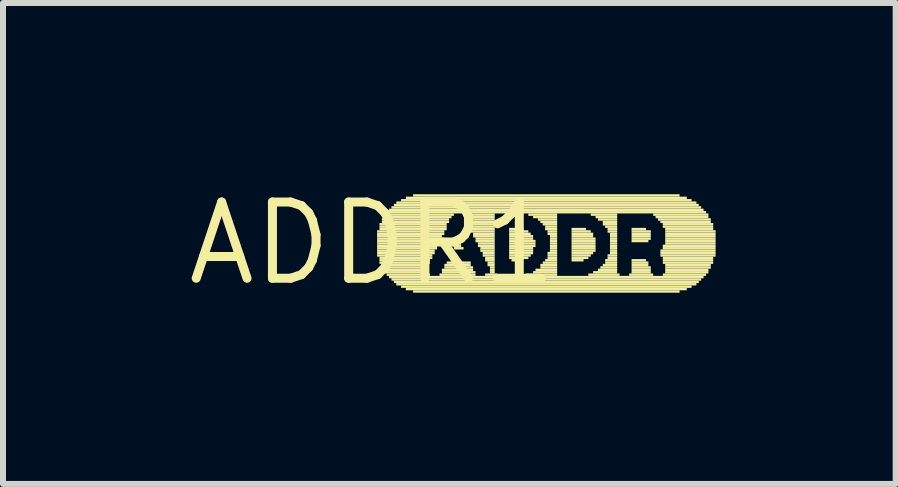
<source format=kicad_pcb>
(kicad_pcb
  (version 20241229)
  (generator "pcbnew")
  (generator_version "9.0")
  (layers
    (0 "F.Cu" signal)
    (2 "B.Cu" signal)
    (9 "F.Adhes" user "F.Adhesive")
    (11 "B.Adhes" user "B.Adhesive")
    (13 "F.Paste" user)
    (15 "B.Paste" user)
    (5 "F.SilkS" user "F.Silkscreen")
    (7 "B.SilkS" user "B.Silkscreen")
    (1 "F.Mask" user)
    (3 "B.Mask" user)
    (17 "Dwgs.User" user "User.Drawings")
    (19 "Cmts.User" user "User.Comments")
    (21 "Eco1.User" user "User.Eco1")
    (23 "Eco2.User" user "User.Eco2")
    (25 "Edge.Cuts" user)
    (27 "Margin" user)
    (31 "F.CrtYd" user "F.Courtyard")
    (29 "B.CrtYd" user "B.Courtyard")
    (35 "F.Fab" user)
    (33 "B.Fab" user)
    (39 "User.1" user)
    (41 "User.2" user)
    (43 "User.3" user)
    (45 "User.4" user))
  (footprint "ADDR1"
    (layer "F.Cu")
    (at 3.152 1.006)
    (property "Reference" "ADDR1" (at 0 0 0) (layer "F.SilkS") (effects (font (size 1.27 1.27) (thickness 0.15))))
    (fp_poly (pts (xy 0.08 -0.18) (xy 1.2 -0.18) (xy 1.2 -0.22) (xy 0.08 -0.22)) (stroke (width 0) (type default)) (fill yes) (layer "F.SilkS"))
    (fp_poly (pts (xy 0.08 -0.14) (xy 1.2 -0.14) (xy 1.2 -0.18) (xy 0.08 -0.18)) (stroke (width 0) (type default)) (fill yes) (layer "F.SilkS"))
    (fp_poly (pts (xy 0.08 -0.1) (xy 1.16 -0.1) (xy 1.16 -0.14) (xy 0.08 -0.14)) (stroke (width 0) (type default)) (fill yes) (layer "F.SilkS"))
    (fp_poly (pts (xy 0.08 -0.06) (xy 1.16 -0.06) (xy 1.16 -0.1) (xy 0.08 -0.1)) (stroke (width 0) (type default)) (fill yes) (layer "F.SilkS"))
    (fp_poly (pts (xy 0.08 -0.02) (xy 1.12 -0.02) (xy 1.12 -0.06) (xy 0.08 -0.06)) (stroke (width 0) (type default)) (fill yes) (layer "F.SilkS"))
    (fp_poly (pts (xy 0.08 0.02) (xy 1.12 0.02) (xy 1.12 -0.02) (xy 0.08 -0.02)) (stroke (width 0) (type default)) (fill yes) (layer "F.SilkS"))
    (fp_poly (pts (xy 0.08 0.06) (xy 1.08 0.06) (xy 1.08 0.02) (xy 0.08 0.02)) (stroke (width 0) (type default)) (fill yes) (layer "F.SilkS"))
    (fp_poly (pts (xy 0.08 0.1) (xy 1.08 0.1) (xy 1.08 0.06) (xy 0.08 0.06)) (stroke (width 0) (type default)) (fill yes) (layer "F.SilkS"))
    (fp_poly (pts (xy 0.08 0.14) (xy 1.04 0.14) (xy 1.04 0.1) (xy 0.08 0.1)) (stroke (width 0) (type default)) (fill yes) (layer "F.SilkS"))
    (fp_poly (pts (xy 0.08 0.18) (xy 1.04 0.18) (xy 1.04 0.14) (xy 0.08 0.14)) (stroke (width 0) (type default)) (fill yes) (layer "F.SilkS"))
    (fp_poly (pts (xy 0.08 0.22) (xy 1 0.22) (xy 1 0.18) (xy 0.08 0.18)) (stroke (width 0) (type default)) (fill yes) (layer "F.SilkS"))
    (fp_poly (pts (xy 0.12 -0.3) (xy 1.24 -0.3) (xy 1.24 -0.34) (xy 0.12 -0.34)) (stroke (width 0) (type default)) (fill yes) (layer "F.SilkS"))
    (fp_poly (pts (xy 0.12 -0.26) (xy 1.24 -0.26) (xy 1.24 -0.3) (xy 0.12 -0.3)) (stroke (width 0) (type default)) (fill yes) (layer "F.SilkS"))
    (fp_poly (pts (xy 0.12 -0.22) (xy 1.24 -0.22) (xy 1.24 -0.26) (xy 0.12 -0.26)) (stroke (width 0) (type default)) (fill yes) (layer "F.SilkS"))
    (fp_poly (pts (xy 0.12 0.26) (xy 1 0.26) (xy 1 0.22) (xy 0.12 0.22)) (stroke (width 0) (type default)) (fill yes) (layer "F.SilkS"))
    (fp_poly (pts (xy 0.12 0.3) (xy 0.96 0.3) (xy 0.96 0.26) (xy 0.12 0.26)) (stroke (width 0) (type default)) (fill yes) (layer "F.SilkS"))
    (fp_poly (pts (xy 0.12 0.34) (xy 0.96 0.34) (xy 0.96 0.3) (xy 0.12 0.3)) (stroke (width 0) (type default)) (fill yes) (layer "F.SilkS"))
    (fp_poly (pts (xy 0.16 -0.38) (xy 1.28 -0.38) (xy 1.28 -0.42) (xy 0.16 -0.42)) (stroke (width 0) (type default)) (fill yes) (layer "F.SilkS"))
    (fp_poly (pts (xy 0.16 -0.34) (xy 1.28 -0.34) (xy 1.28 -0.38) (xy 0.16 -0.38)) (stroke (width 0) (type default)) (fill yes) (layer "F.SilkS"))
    (fp_poly (pts (xy 0.16 0.38) (xy 0.92 0.38) (xy 0.92 0.34) (xy 0.16 0.34)) (stroke (width 0) (type default)) (fill yes) (layer "F.SilkS"))
    (fp_poly (pts (xy 0.16 0.42) (xy 0.92 0.42) (xy 0.92 0.38) (xy 0.16 0.38)) (stroke (width 0) (type default)) (fill yes) (layer "F.SilkS"))
    (fp_poly (pts (xy 0.2 -0.46) (xy 1.36 -0.46) (xy 1.36 -0.5) (xy 0.2 -0.5)) (stroke (width 0) (type default)) (fill yes) (layer "F.SilkS"))
    (fp_poly (pts (xy 0.2 -0.42) (xy 1.32 -0.42) (xy 1.32 -0.46) (xy 0.2 -0.46)) (stroke (width 0) (type default)) (fill yes) (layer "F.SilkS"))
    (fp_poly (pts (xy 0.2 0.46) (xy 0.92 0.46) (xy 0.92 0.42) (xy 0.2 0.42)) (stroke (width 0) (type default)) (fill yes) (layer "F.SilkS"))
    (fp_poly (pts (xy 0.2 0.5) (xy 0.92 0.5) (xy 0.92 0.46) (xy 0.2 0.46)) (stroke (width 0) (type default)) (fill yes) (layer "F.SilkS"))
    (fp_poly (pts (xy 0.24 -0.5) (xy 5.56 -0.5) (xy 5.56 -0.54) (xy 0.24 -0.54)) (stroke (width 0) (type default)) (fill yes) (layer "F.SilkS"))
    (fp_poly (pts (xy 0.24 0.54) (xy 0.96 0.54) (xy 0.96 0.5) (xy 0.24 0.5)) (stroke (width 0) (type default)) (fill yes) (layer "F.SilkS"))
    (fp_poly (pts (xy 0.28 -0.54) (xy 5.52 -0.54) (xy 5.52 -0.58) (xy 0.28 -0.58)) (stroke (width 0) (type default)) (fill yes) (layer "F.SilkS"))
    (fp_poly (pts (xy 0.28 0.58) (xy 5.52 0.58) (xy 5.52 0.54) (xy 0.28 0.54)) (stroke (width 0) (type default)) (fill yes) (layer "F.SilkS"))
    (fp_poly (pts (xy 0.32 -0.58) (xy 5.48 -0.58) (xy 5.48 -0.62) (xy 0.32 -0.62)) (stroke (width 0) (type default)) (fill yes) (layer "F.SilkS"))
    (fp_poly (pts (xy 0.32 0.62) (xy 5.48 0.62) (xy 5.48 0.58) (xy 0.32 0.58)) (stroke (width 0) (type default)) (fill yes) (layer "F.SilkS"))
    (fp_poly (pts (xy 0.36 -0.62) (xy 5.44 -0.62) (xy 5.44 -0.66) (xy 0.36 -0.66)) (stroke (width 0) (type default)) (fill yes) (layer "F.SilkS"))
    (fp_poly (pts (xy 0.36 0.66) (xy 5.44 0.66) (xy 5.44 0.62) (xy 0.36 0.62)) (stroke (width 0) (type default)) (fill yes) (layer "F.SilkS"))
    (fp_poly (pts (xy 0.4 -0.66) (xy 5.4 -0.66) (xy 5.4 -0.7) (xy 0.4 -0.7)) (stroke (width 0) (type default)) (fill yes) (layer "F.SilkS"))
    (fp_poly (pts (xy 0.4 0.7) (xy 5.4 0.7) (xy 5.4 0.66) (xy 0.4 0.66)) (stroke (width 0) (type default)) (fill yes) (layer "F.SilkS"))
    (fp_poly (pts (xy 0.48 -0.7) (xy 5.32 -0.7) (xy 5.32 -0.74) (xy 0.48 -0.74)) (stroke (width 0) (type default)) (fill yes) (layer "F.SilkS"))
    (fp_poly (pts (xy 0.48 0.74) (xy 5.32 0.74) (xy 5.32 0.7) (xy 0.48 0.7)) (stroke (width 0) (type default)) (fill yes) (layer "F.SilkS"))
    (fp_poly (pts (xy 0.56 -0.74) (xy 5.24 -0.74) (xy 5.24 -0.78) (xy 0.56 -0.78)) (stroke (width 0) (type default)) (fill yes) (layer "F.SilkS"))
    (fp_poly (pts (xy 0.56 0.78) (xy 5.24 0.78) (xy 5.24 0.74) (xy 0.56 0.74)) (stroke (width 0) (type default)) (fill yes) (layer "F.SilkS"))
    (fp_poly (pts (xy 0.68 -0.78) (xy 5.12 -0.78) (xy 5.12 -0.82) (xy 0.68 -0.82)) (stroke (width 0) (type default)) (fill yes) (layer "F.SilkS"))
    (fp_poly (pts (xy 0.68 0.82) (xy 5.12 0.82) (xy 5.12 0.78) (xy 0.68 0.78)) (stroke (width 0) (type default)) (fill yes) (layer "F.SilkS"))
    (fp_poly (pts (xy 1.12 0.54) (xy 1.72 0.54) (xy 1.72 0.5) (xy 1.12 0.5)) (stroke (width 0) (type default)) (fill yes) (layer "F.SilkS"))
    (fp_poly (pts (xy 1.16 0.46) (xy 1.68 0.46) (xy 1.68 0.42) (xy 1.16 0.42)) (stroke (width 0) (type default)) (fill yes) (layer "F.SilkS"))
    (fp_poly (pts (xy 1.16 0.5) (xy 1.72 0.5) (xy 1.72 0.46) (xy 1.16 0.46)) (stroke (width 0) (type default)) (fill yes) (layer "F.SilkS"))
    (fp_poly (pts (xy 1.2 0.38) (xy 1.64 0.38) (xy 1.64 0.34) (xy 1.2 0.34)) (stroke (width 0) (type default)) (fill yes) (layer "F.SilkS"))
    (fp_poly (pts (xy 1.2 0.42) (xy 1.68 0.42) (xy 1.68 0.38) (xy 1.2 0.38)) (stroke (width 0) (type default)) (fill yes) (layer "F.SilkS"))
    (fp_poly (pts (xy 1.24 0.34) (xy 1.64 0.34) (xy 1.64 0.3) (xy 1.24 0.3)) (stroke (width 0) (type default)) (fill yes) (layer "F.SilkS"))
    (fp_poly (pts (xy 1.36 0.06) (xy 1.48 0.06) (xy 1.48 0.02) (xy 1.36 0.02)) (stroke (width 0) (type default)) (fill yes) (layer "F.SilkS"))
    (fp_poly (pts (xy 1.36 0.1) (xy 1.52 0.1) (xy 1.52 0.06) (xy 1.36 0.06)) (stroke (width 0) (type default)) (fill yes) (layer "F.SilkS"))
    (fp_poly (pts (xy 1.4 -0.02) (xy 1.48 -0.02) (xy 1.48 -0.06) (xy 1.4 -0.06)) (stroke (width 0) (type default)) (fill yes) (layer "F.SilkS"))
    (fp_poly (pts (xy 1.4 0.02) (xy 1.48 0.02) (xy 1.48 -0.02) (xy 1.4 -0.02)) (stroke (width 0) (type default)) (fill yes) (layer "F.SilkS"))
    (fp_poly (pts (xy 1.52 -0.46) (xy 2.04 -0.46) (xy 2.04 -0.5) (xy 1.52 -0.5)) (stroke (width 0) (type default)) (fill yes) (layer "F.SilkS"))
    (fp_poly (pts (xy 1.56 -0.42) (xy 2.04 -0.42) (xy 2.04 -0.46) (xy 1.56 -0.46)) (stroke (width 0) (type default)) (fill yes) (layer "F.SilkS"))
    (fp_poly (pts (xy 1.56 -0.38) (xy 2.04 -0.38) (xy 2.04 -0.42) (xy 1.56 -0.42)) (stroke (width 0) (type default)) (fill yes) (layer "F.SilkS"))
    (fp_poly (pts (xy 1.6 -0.34) (xy 2.04 -0.34) (xy 2.04 -0.38) (xy 1.6 -0.38)) (stroke (width 0) (type default)) (fill yes) (layer "F.SilkS"))
    (fp_poly (pts (xy 1.6 -0.3) (xy 2.04 -0.3) (xy 2.04 -0.34) (xy 1.6 -0.34)) (stroke (width 0) (type default)) (fill yes) (layer "F.SilkS"))
    (fp_poly (pts (xy 1.64 -0.26) (xy 2.04 -0.26) (xy 2.04 -0.3) (xy 1.64 -0.3)) (stroke (width 0) (type default)) (fill yes) (layer "F.SilkS"))
    (fp_poly (pts (xy 1.64 -0.22) (xy 2.04 -0.22) (xy 2.04 -0.26) (xy 1.64 -0.26)) (stroke (width 0) (type default)) (fill yes) (layer "F.SilkS"))
    (fp_poly (pts (xy 1.64 -0.18) (xy 2.04 -0.18) (xy 2.04 -0.22) (xy 1.64 -0.22)) (stroke (width 0) (type default)) (fill yes) (layer "F.SilkS"))
    (fp_poly (pts (xy 1.68 -0.14) (xy 2.04 -0.14) (xy 2.04 -0.18) (xy 1.68 -0.18)) (stroke (width 0) (type default)) (fill yes) (layer "F.SilkS"))
    (fp_poly (pts (xy 1.68 -0.1) (xy 2.04 -0.1) (xy 2.04 -0.14) (xy 1.68 -0.14)) (stroke (width 0) (type default)) (fill yes) (layer "F.SilkS"))
    (fp_poly (pts (xy 1.72 -0.06) (xy 2.04 -0.06) (xy 2.04 -0.1) (xy 1.72 -0.1)) (stroke (width 0) (type default)) (fill yes) (layer "F.SilkS"))
    (fp_poly (pts (xy 1.72 -0.02) (xy 2.04 -0.02) (xy 2.04 -0.06) (xy 1.72 -0.06)) (stroke (width 0) (type default)) (fill yes) (layer "F.SilkS"))
    (fp_poly (pts (xy 1.76 0.02) (xy 2.04 0.02) (xy 2.04 -0.02) (xy 1.76 -0.02)) (stroke (width 0) (type default)) (fill yes) (layer "F.SilkS"))
    (fp_poly (pts (xy 1.76 0.06) (xy 2.04 0.06) (xy 2.04 0.02) (xy 1.76 0.02)) (stroke (width 0) (type default)) (fill yes) (layer "F.SilkS"))
    (fp_poly (pts (xy 1.8 0.1) (xy 2.04 0.1) (xy 2.04 0.06) (xy 1.8 0.06)) (stroke (width 0) (type default)) (fill yes) (layer "F.SilkS"))
    (fp_poly (pts (xy 1.8 0.14) (xy 2.04 0.14) (xy 2.04 0.1) (xy 1.8 0.1)) (stroke (width 0) (type default)) (fill yes) (layer "F.SilkS"))
    (fp_poly (pts (xy 1.84 0.18) (xy 2.04 0.18) (xy 2.04 0.14) (xy 1.84 0.14)) (stroke (width 0) (type default)) (fill yes) (layer "F.SilkS"))
    (fp_poly (pts (xy 1.84 0.22) (xy 2.04 0.22) (xy 2.04 0.18) (xy 1.84 0.18)) (stroke (width 0) (type default)) (fill yes) (layer "F.SilkS"))
    (fp_poly (pts (xy 1.88 0.26) (xy 2.04 0.26) (xy 2.04 0.22) (xy 1.88 0.22)) (stroke (width 0) (type default)) (fill yes) (layer "F.SilkS"))
    (fp_poly (pts (xy 1.88 0.3) (xy 2.04 0.3) (xy 2.04 0.26) (xy 1.88 0.26)) (stroke (width 0) (type default)) (fill yes) (layer "F.SilkS"))
    (fp_poly (pts (xy 1.88 0.54) (xy 2.08 0.54) (xy 2.08 0.5) (xy 1.88 0.5)) (stroke (width 0) (type default)) (fill yes) (layer "F.SilkS"))
    (fp_poly (pts (xy 1.92 0.34) (xy 2.04 0.34) (xy 2.04 0.3) (xy 1.92 0.3)) (stroke (width 0) (type default)) (fill yes) (layer "F.SilkS"))
    (fp_poly (pts (xy 1.92 0.38) (xy 2.04 0.38) (xy 2.04 0.34) (xy 1.92 0.34)) (stroke (width 0) (type default)) (fill yes) (layer "F.SilkS"))
    (fp_poly (pts (xy 1.96 0.42) (xy 2.04 0.42) (xy 2.04 0.38) (xy 1.96 0.38)) (stroke (width 0) (type default)) (fill yes) (layer "F.SilkS"))
    (fp_poly (pts (xy 1.96 0.46) (xy 2.04 0.46) (xy 2.04 0.42) (xy 1.96 0.42)) (stroke (width 0) (type default)) (fill yes) (layer "F.SilkS"))
    (fp_poly (pts (xy 1.96 0.5) (xy 2.04 0.5) (xy 2.04 0.46) (xy 1.96 0.46)) (stroke (width 0) (type default)) (fill yes) (layer "F.SilkS"))
    (fp_poly (pts (xy 2.28 -0.22) (xy 2.52 -0.22) (xy 2.52 -0.26) (xy 2.28 -0.26)) (stroke (width 0) (type default)) (fill yes) (layer "F.SilkS"))
    (fp_poly (pts (xy 2.28 -0.18) (xy 2.6 -0.18) (xy 2.6 -0.22) (xy 2.28 -0.22)) (stroke (width 0) (type default)) (fill yes) (layer "F.SilkS"))
    (fp_poly (pts (xy 2.28 -0.14) (xy 2.64 -0.14) (xy 2.64 -0.18) (xy 2.28 -0.18)) (stroke (width 0) (type default)) (fill yes) (layer "F.SilkS"))
    (fp_poly (pts (xy 2.28 -0.1) (xy 2.68 -0.1) (xy 2.68 -0.14) (xy 2.28 -0.14)) (stroke (width 0) (type default)) (fill yes) (layer "F.SilkS"))
    (fp_poly (pts (xy 2.28 -0.06) (xy 2.68 -0.06) (xy 2.68 -0.1) (xy 2.28 -0.1)) (stroke (width 0) (type default)) (fill yes) (layer "F.SilkS"))
    (fp_poly (pts (xy 2.28 -0.02) (xy 2.72 -0.02) (xy 2.72 -0.06) (xy 2.28 -0.06)) (stroke (width 0) (type default)) (fill yes) (layer "F.SilkS"))
    (fp_poly (pts (xy 2.28 0.02) (xy 2.72 0.02) (xy 2.72 -0.02) (xy 2.28 -0.02)) (stroke (width 0) (type default)) (fill yes) (layer "F.SilkS"))
    (fp_poly (pts (xy 2.28 0.06) (xy 2.72 0.06) (xy 2.72 0.02) (xy 2.28 0.02)) (stroke (width 0) (type default)) (fill yes) (layer "F.SilkS"))
    (fp_poly (pts (xy 2.28 0.1) (xy 2.68 0.1) (xy 2.68 0.06) (xy 2.28 0.06)) (stroke (width 0) (type default)) (fill yes) (layer "F.SilkS"))
    (fp_poly (pts (xy 2.28 0.14) (xy 2.68 0.14) (xy 2.68 0.1) (xy 2.28 0.1)) (stroke (width 0) (type default)) (fill yes) (layer "F.SilkS"))
    (fp_poly (pts (xy 2.28 0.18) (xy 2.68 0.18) (xy 2.68 0.14) (xy 2.28 0.14)) (stroke (width 0) (type default)) (fill yes) (layer "F.SilkS"))
    (fp_poly (pts (xy 2.28 0.22) (xy 2.64 0.22) (xy 2.64 0.18) (xy 2.28 0.18)) (stroke (width 0) (type default)) (fill yes) (layer "F.SilkS"))
    (fp_poly (pts (xy 2.28 0.26) (xy 2.6 0.26) (xy 2.6 0.22) (xy 2.28 0.22)) (stroke (width 0) (type default)) (fill yes) (layer "F.SilkS"))
    (fp_poly (pts (xy 2.32 0.3) (xy 2.48 0.3) (xy 2.48 0.26) (xy 2.32 0.26)) (stroke (width 0) (type default)) (fill yes) (layer "F.SilkS"))
    (fp_poly (pts (xy 2.56 0.54) (xy 3.08 0.54) (xy 3.08 0.5) (xy 2.56 0.5)) (stroke (width 0) (type default)) (fill yes) (layer "F.SilkS"))
    (fp_poly (pts (xy 2.6 -0.46) (xy 3.08 -0.46) (xy 3.08 -0.5) (xy 2.6 -0.5)) (stroke (width 0) (type default)) (fill yes) (layer "F.SilkS"))
    (fp_poly (pts (xy 2.68 -0.42) (xy 3.08 -0.42) (xy 3.08 -0.46) (xy 2.68 -0.46)) (stroke (width 0) (type default)) (fill yes) (layer "F.SilkS"))
    (fp_poly (pts (xy 2.68 0.5) (xy 3.08 0.5) (xy 3.08 0.46) (xy 2.68 0.46)) (stroke (width 0) (type default)) (fill yes) (layer "F.SilkS"))
    (fp_poly (pts (xy 2.72 0.46) (xy 3.08 0.46) (xy 3.08 0.42) (xy 2.72 0.42)) (stroke (width 0) (type default)) (fill yes) (layer "F.SilkS"))
    (fp_poly (pts (xy 2.76 -0.38) (xy 3.08 -0.38) (xy 3.08 -0.42) (xy 2.76 -0.42)) (stroke (width 0) (type default)) (fill yes) (layer "F.SilkS"))
    (fp_poly (pts (xy 2.8 -0.34) (xy 3.08 -0.34) (xy 3.08 -0.38) (xy 2.8 -0.38)) (stroke (width 0) (type default)) (fill yes) (layer "F.SilkS"))
    (fp_poly (pts (xy 2.8 0.38) (xy 3.08 0.38) (xy 3.08 0.34) (xy 2.8 0.34)) (stroke (width 0) (type default)) (fill yes) (layer "F.SilkS"))
    (fp_poly (pts (xy 2.8 0.42) (xy 3.08 0.42) (xy 3.08 0.38) (xy 2.8 0.38)) (stroke (width 0) (type default)) (fill yes) (layer "F.SilkS"))
    (fp_poly (pts (xy 2.84 -0.3) (xy 3.08 -0.3) (xy 3.08 -0.34) (xy 2.84 -0.34)) (stroke (width 0) (type default)) (fill yes) (layer "F.SilkS"))
    (fp_poly (pts (xy 2.84 0.34) (xy 3.08 0.34) (xy 3.08 0.3) (xy 2.84 0.3)) (stroke (width 0) (type default)) (fill yes) (layer "F.SilkS"))
    (fp_poly (pts (xy 2.88 -0.26) (xy 3.08 -0.26) (xy 3.08 -0.3) (xy 2.88 -0.3)) (stroke (width 0) (type default)) (fill yes) (layer "F.SilkS"))
    (fp_poly (pts (xy 2.88 -0.22) (xy 3.08 -0.22) (xy 3.08 -0.26) (xy 2.88 -0.26)) (stroke (width 0) (type default)) (fill yes) (layer "F.SilkS"))
    (fp_poly (pts (xy 2.88 0.3) (xy 3.08 0.3) (xy 3.08 0.26) (xy 2.88 0.26)) (stroke (width 0) (type default)) (fill yes) (layer "F.SilkS"))
    (fp_poly (pts (xy 2.92 -0.18) (xy 3.08 -0.18) (xy 3.08 -0.22) (xy 2.92 -0.22)) (stroke (width 0) (type default)) (fill yes) (layer "F.SilkS"))
    (fp_poly (pts (xy 2.92 -0.14) (xy 3.08 -0.14) (xy 3.08 -0.18) (xy 2.92 -0.18)) (stroke (width 0) (type default)) (fill yes) (layer "F.SilkS"))
    (fp_poly (pts (xy 2.92 0.18) (xy 3.08 0.18) (xy 3.08 0.14) (xy 2.92 0.14)) (stroke (width 0) (type default)) (fill yes) (layer "F.SilkS"))
    (fp_poly (pts (xy 2.92 0.22) (xy 3.08 0.22) (xy 3.08 0.18) (xy 2.92 0.18)) (stroke (width 0) (type default)) (fill yes) (layer "F.SilkS"))
    (fp_poly (pts (xy 2.92 0.26) (xy 3.08 0.26) (xy 3.08 0.22) (xy 2.92 0.22)) (stroke (width 0) (type default)) (fill yes) (layer "F.SilkS"))
    (fp_poly (pts (xy 2.96 -0.1) (xy 3.08 -0.1) (xy 3.08 -0.14) (xy 2.96 -0.14)) (stroke (width 0) (type default)) (fill yes) (layer "F.SilkS"))
    (fp_poly (pts (xy 2.96 -0.06) (xy 3.08 -0.06) (xy 3.08 -0.1) (xy 2.96 -0.1)) (stroke (width 0) (type default)) (fill yes) (layer "F.SilkS"))
    (fp_poly (pts (xy 2.96 -0.02) (xy 3.08 -0.02) (xy 3.08 -0.06) (xy 2.96 -0.06)) (stroke (width 0) (type default)) (fill yes) (layer "F.SilkS"))
    (fp_poly (pts (xy 2.96 0.02) (xy 3.08 0.02) (xy 3.08 -0.02) (xy 2.96 -0.02)) (stroke (width 0) (type default)) (fill yes) (layer "F.SilkS"))
    (fp_poly (pts (xy 2.96 0.06) (xy 3.08 0.06) (xy 3.08 0.02) (xy 2.96 0.02)) (stroke (width 0) (type default)) (fill yes) (layer "F.SilkS"))
    (fp_poly (pts (xy 2.96 0.1) (xy 3.08 0.1) (xy 3.08 0.06) (xy 2.96 0.06)) (stroke (width 0) (type default)) (fill yes) (layer "F.SilkS"))
    (fp_poly (pts (xy 2.96 0.14) (xy 3.08 0.14) (xy 3.08 0.1) (xy 2.96 0.1)) (stroke (width 0) (type default)) (fill yes) (layer "F.SilkS"))
    (fp_poly (pts (xy 3.32 -0.22) (xy 3.56 -0.22) (xy 3.56 -0.26) (xy 3.32 -0.26)) (stroke (width 0) (type default)) (fill yes) (layer "F.SilkS"))
    (fp_poly (pts (xy 3.32 -0.18) (xy 3.64 -0.18) (xy 3.64 -0.22) (xy 3.32 -0.22)) (stroke (width 0) (type default)) (fill yes) (layer "F.SilkS"))
    (fp_poly (pts (xy 3.32 -0.14) (xy 3.68 -0.14) (xy 3.68 -0.18) (xy 3.32 -0.18)) (stroke (width 0) (type default)) (fill yes) (layer "F.SilkS"))
    (fp_poly (pts (xy 3.32 -0.1) (xy 3.68 -0.1) (xy 3.68 -0.14) (xy 3.32 -0.14)) (stroke (width 0) (type default)) (fill yes) (layer "F.SilkS"))
    (fp_poly (pts (xy 3.32 -0.06) (xy 3.72 -0.06) (xy 3.72 -0.1) (xy 3.32 -0.1)) (stroke (width 0) (type default)) (fill yes) (layer "F.SilkS"))
    (fp_poly (pts (xy 3.32 -0.02) (xy 3.72 -0.02) (xy 3.72 -0.06) (xy 3.32 -0.06)) (stroke (width 0) (type default)) (fill yes) (layer "F.SilkS"))
    (fp_poly (pts (xy 3.32 0.02) (xy 3.72 0.02) (xy 3.72 -0.02) (xy 3.32 -0.02)) (stroke (width 0) (type default)) (fill yes) (layer "F.SilkS"))
    (fp_poly (pts (xy 3.32 0.06) (xy 3.72 0.06) (xy 3.72 0.02) (xy 3.32 0.02)) (stroke (width 0) (type default)) (fill yes) (layer "F.SilkS"))
    (fp_poly (pts (xy 3.32 0.1) (xy 3.72 0.1) (xy 3.72 0.06) (xy 3.32 0.06)) (stroke (width 0) (type default)) (fill yes) (layer "F.SilkS"))
    (fp_poly (pts (xy 3.32 0.14) (xy 3.72 0.14) (xy 3.72 0.1) (xy 3.32 0.1)) (stroke (width 0) (type default)) (fill yes) (layer "F.SilkS"))
    (fp_poly (pts (xy 3.32 0.18) (xy 3.68 0.18) (xy 3.68 0.14) (xy 3.32 0.14)) (stroke (width 0) (type default)) (fill yes) (layer "F.SilkS"))
    (fp_poly (pts (xy 3.32 0.22) (xy 3.64 0.22) (xy 3.64 0.18) (xy 3.32 0.18)) (stroke (width 0) (type default)) (fill yes) (layer "F.SilkS"))
    (fp_poly (pts (xy 3.32 0.26) (xy 3.6 0.26) (xy 3.6 0.22) (xy 3.32 0.22)) (stroke (width 0) (type default)) (fill yes) (layer "F.SilkS"))
    (fp_poly (pts (xy 3.32 0.3) (xy 3.52 0.3) (xy 3.52 0.26) (xy 3.32 0.26)) (stroke (width 0) (type default)) (fill yes) (layer "F.SilkS"))
    (fp_poly (pts (xy 3.6 0.54) (xy 4.12 0.54) (xy 4.12 0.5) (xy 3.6 0.5)) (stroke (width 0) (type default)) (fill yes) (layer "F.SilkS"))
    (fp_poly (pts (xy 3.64 -0.46) (xy 4.08 -0.46) (xy 4.08 -0.5) (xy 3.64 -0.5)) (stroke (width 0) (type default)) (fill yes) (layer "F.SilkS"))
    (fp_poly (pts (xy 3.68 0.5) (xy 4.08 0.5) (xy 4.08 0.46) (xy 3.68 0.46)) (stroke (width 0) (type default)) (fill yes) (layer "F.SilkS"))
    (fp_poly (pts (xy 3.72 -0.42) (xy 4.08 -0.42) (xy 4.08 -0.46) (xy 3.72 -0.46)) (stroke (width 0) (type default)) (fill yes) (layer "F.SilkS"))
    (fp_poly (pts (xy 3.76 -0.38) (xy 4.08 -0.38) (xy 4.08 -0.42) (xy 3.76 -0.42)) (stroke (width 0) (type default)) (fill yes) (layer "F.SilkS"))
    (fp_poly (pts (xy 3.76 0.46) (xy 4.08 0.46) (xy 4.08 0.42) (xy 3.76 0.42)) (stroke (width 0) (type default)) (fill yes) (layer "F.SilkS"))
    (fp_poly (pts (xy 3.8 0.42) (xy 4.08 0.42) (xy 4.08 0.38) (xy 3.8 0.38)) (stroke (width 0) (type default)) (fill yes) (layer "F.SilkS"))
    (fp_poly (pts (xy 3.84 -0.34) (xy 4.08 -0.34) (xy 4.08 -0.38) (xy 3.84 -0.38)) (stroke (width 0) (type default)) (fill yes) (layer "F.SilkS"))
    (fp_poly (pts (xy 3.84 -0.3) (xy 4.08 -0.3) (xy 4.08 -0.34) (xy 3.84 -0.34)) (stroke (width 0) (type default)) (fill yes) (layer "F.SilkS"))
    (fp_poly (pts (xy 3.84 0.38) (xy 4.08 0.38) (xy 4.08 0.34) (xy 3.84 0.34)) (stroke (width 0) (type default)) (fill yes) (layer "F.SilkS"))
    (fp_poly (pts (xy 3.88 -0.26) (xy 4.08 -0.26) (xy 4.08 -0.3) (xy 3.88 -0.3)) (stroke (width 0) (type default)) (fill yes) (layer "F.SilkS"))
    (fp_poly (pts (xy 3.88 0.3) (xy 4.08 0.3) (xy 4.08 0.26) (xy 3.88 0.26)) (stroke (width 0) (type default)) (fill yes) (layer "F.SilkS"))
    (fp_poly (pts (xy 3.88 0.34) (xy 4.08 0.34) (xy 4.08 0.3) (xy 3.88 0.3)) (stroke (width 0) (type default)) (fill yes) (layer "F.SilkS"))
    (fp_poly (pts (xy 3.92 -0.22) (xy 4.08 -0.22) (xy 4.08 -0.26) (xy 3.92 -0.26)) (stroke (width 0) (type default)) (fill yes) (layer "F.SilkS"))
    (fp_poly (pts (xy 3.92 -0.18) (xy 4.08 -0.18) (xy 4.08 -0.22) (xy 3.92 -0.22)) (stroke (width 0) (type default)) (fill yes) (layer "F.SilkS"))
    (fp_poly (pts (xy 3.92 0.22) (xy 4.08 0.22) (xy 4.08 0.18) (xy 3.92 0.18)) (stroke (width 0) (type default)) (fill yes) (layer "F.SilkS"))
    (fp_poly (pts (xy 3.92 0.26) (xy 4.08 0.26) (xy 4.08 0.22) (xy 3.92 0.22)) (stroke (width 0) (type default)) (fill yes) (layer "F.SilkS"))
    (fp_poly (pts (xy 3.96 -0.14) (xy 4.08 -0.14) (xy 4.08 -0.18) (xy 3.96 -0.18)) (stroke (width 0) (type default)) (fill yes) (layer "F.SilkS"))
    (fp_poly (pts (xy 3.96 -0.1) (xy 4.08 -0.1) (xy 4.08 -0.14) (xy 3.96 -0.14)) (stroke (width 0) (type default)) (fill yes) (layer "F.SilkS"))
    (fp_poly (pts (xy 3.96 -0.06) (xy 4.08 -0.06) (xy 4.08 -0.1) (xy 3.96 -0.1)) (stroke (width 0) (type default)) (fill yes) (layer "F.SilkS"))
    (fp_poly (pts (xy 3.96 -0.02) (xy 4.08 -0.02) (xy 4.08 -0.06) (xy 3.96 -0.06)) (stroke (width 0) (type default)) (fill yes) (layer "F.SilkS"))
    (fp_poly (pts (xy 3.96 0.02) (xy 4.08 0.02) (xy 4.08 -0.02) (xy 3.96 -0.02)) (stroke (width 0) (type default)) (fill yes) (layer "F.SilkS"))
    (fp_poly (pts (xy 3.96 0.06) (xy 4.08 0.06) (xy 4.08 0.02) (xy 3.96 0.02)) (stroke (width 0) (type default)) (fill yes) (layer "F.SilkS"))
    (fp_poly (pts (xy 3.96 0.1) (xy 4.08 0.1) (xy 4.08 0.06) (xy 3.96 0.06)) (stroke (width 0) (type default)) (fill yes) (layer "F.SilkS"))
    (fp_poly (pts (xy 3.96 0.14) (xy 4.08 0.14) (xy 4.08 0.1) (xy 3.96 0.1)) (stroke (width 0) (type default)) (fill yes) (layer "F.SilkS"))
    (fp_poly (pts (xy 3.96 0.18) (xy 4.08 0.18) (xy 4.08 0.14) (xy 3.96 0.14)) (stroke (width 0) (type default)) (fill yes) (layer "F.SilkS"))
    (fp_poly (pts (xy 4.28 0.54) (xy 4.68 0.54) (xy 4.68 0.5) (xy 4.28 0.5)) (stroke (width 0) (type default)) (fill yes) (layer "F.SilkS"))
    (fp_poly (pts (xy 4.32 -0.22) (xy 4.56 -0.22) (xy 4.56 -0.26) (xy 4.32 -0.26)) (stroke (width 0) (type default)) (fill yes) (layer "F.SilkS"))
    (fp_poly (pts (xy 4.32 -0.18) (xy 4.64 -0.18) (xy 4.64 -0.22) (xy 4.32 -0.22)) (stroke (width 0) (type default)) (fill yes) (layer "F.SilkS"))
    (fp_poly (pts (xy 4.32 -0.14) (xy 4.64 -0.14) (xy 4.64 -0.18) (xy 4.32 -0.18)) (stroke (width 0) (type default)) (fill yes) (layer "F.SilkS"))
    (fp_poly (pts (xy 4.32 -0.1) (xy 4.64 -0.1) (xy 4.64 -0.14) (xy 4.32 -0.14)) (stroke (width 0) (type default)) (fill yes) (layer "F.SilkS"))
    (fp_poly (pts (xy 4.32 -0.06) (xy 4.64 -0.06) (xy 4.64 -0.1) (xy 4.32 -0.1)) (stroke (width 0) (type default)) (fill yes) (layer "F.SilkS"))
    (fp_poly (pts (xy 4.32 -0.02) (xy 4.6 -0.02) (xy 4.6 -0.06) (xy 4.32 -0.06)) (stroke (width 0) (type default)) (fill yes) (layer "F.SilkS"))
    (fp_poly (pts (xy 4.32 0.3) (xy 4.56 0.3) (xy 4.56 0.26) (xy 4.32 0.26)) (stroke (width 0) (type default)) (fill yes) (layer "F.SilkS"))
    (fp_poly (pts (xy 4.32 0.34) (xy 4.6 0.34) (xy 4.6 0.3) (xy 4.32 0.3)) (stroke (width 0) (type default)) (fill yes) (layer "F.SilkS"))
    (fp_poly (pts (xy 4.32 0.38) (xy 4.6 0.38) (xy 4.6 0.34) (xy 4.32 0.34)) (stroke (width 0) (type default)) (fill yes) (layer "F.SilkS"))
    (fp_poly (pts (xy 4.32 0.42) (xy 4.64 0.42) (xy 4.64 0.38) (xy 4.32 0.38)) (stroke (width 0) (type default)) (fill yes) (layer "F.SilkS"))
    (fp_poly (pts (xy 4.32 0.46) (xy 4.64 0.46) (xy 4.64 0.42) (xy 4.32 0.42)) (stroke (width 0) (type default)) (fill yes) (layer "F.SilkS"))
    (fp_poly (pts (xy 4.32 0.5) (xy 4.64 0.5) (xy 4.64 0.46) (xy 4.32 0.46)) (stroke (width 0) (type default)) (fill yes) (layer "F.SilkS"))
    (fp_poly (pts (xy 4.68 -0.46) (xy 5.6 -0.46) (xy 5.6 -0.5) (xy 4.68 -0.5)) (stroke (width 0) (type default)) (fill yes) (layer "F.SilkS"))
    (fp_poly (pts (xy 4.72 -0.42) (xy 5.6 -0.42) (xy 5.6 -0.46) (xy 4.72 -0.46)) (stroke (width 0) (type default)) (fill yes) (layer "F.SilkS"))
    (fp_poly (pts (xy 4.76 -0.38) (xy 5.64 -0.38) (xy 5.64 -0.42) (xy 4.76 -0.42)) (stroke (width 0) (type default)) (fill yes) (layer "F.SilkS"))
    (fp_poly (pts (xy 4.8 -0.34) (xy 5.64 -0.34) (xy 5.64 -0.38) (xy 4.8 -0.38)) (stroke (width 0) (type default)) (fill yes) (layer "F.SilkS"))
    (fp_poly (pts (xy 4.8 0.14) (xy 5.72 0.14) (xy 5.72 0.1) (xy 4.8 0.1)) (stroke (width 0) (type default)) (fill yes) (layer "F.SilkS"))
    (fp_poly (pts (xy 4.8 0.18) (xy 5.72 0.18) (xy 5.72 0.14) (xy 4.8 0.14)) (stroke (width 0) (type default)) (fill yes) (layer "F.SilkS"))
    (fp_poly (pts (xy 4.8 0.22) (xy 5.72 0.22) (xy 5.72 0.18) (xy 4.8 0.18)) (stroke (width 0) (type default)) (fill yes) (layer "F.SilkS"))
    (fp_poly (pts (xy 4.84 -0.3) (xy 5.68 -0.3) (xy 5.68 -0.34) (xy 4.84 -0.34)) (stroke (width 0) (type default)) (fill yes) (layer "F.SilkS"))
    (fp_poly (pts (xy 4.84 -0.26) (xy 5.68 -0.26) (xy 5.68 -0.3) (xy 4.84 -0.3)) (stroke (width 0) (type default)) (fill yes) (layer "F.SilkS"))
    (fp_poly (pts (xy 4.84 0.06) (xy 5.72 0.06) (xy 5.72 0.02) (xy 4.84 0.02)) (stroke (width 0) (type default)) (fill yes) (layer "F.SilkS"))
    (fp_poly (pts (xy 4.84 0.1) (xy 5.72 0.1) (xy 5.72 0.06) (xy 4.84 0.06)) (stroke (width 0) (type default)) (fill yes) (layer "F.SilkS"))
    (fp_poly (pts (xy 4.84 0.26) (xy 5.68 0.26) (xy 5.68 0.22) (xy 4.84 0.22)) (stroke (width 0) (type default)) (fill yes) (layer "F.SilkS"))
    (fp_poly (pts (xy 4.84 0.3) (xy 5.68 0.3) (xy 5.68 0.26) (xy 4.84 0.26)) (stroke (width 0) (type default)) (fill yes) (layer "F.SilkS"))
    (fp_poly (pts (xy 4.84 0.34) (xy 5.68 0.34) (xy 5.68 0.3) (xy 4.84 0.3)) (stroke (width 0) (type default)) (fill yes) (layer "F.SilkS"))
    (fp_poly (pts (xy 4.84 0.54) (xy 5.56 0.54) (xy 5.56 0.5) (xy 4.84 0.5)) (stroke (width 0) (type default)) (fill yes) (layer "F.SilkS"))
    (fp_poly (pts (xy 4.88 -0.22) (xy 5.68 -0.22) (xy 5.68 -0.26) (xy 4.88 -0.26)) (stroke (width 0) (type default)) (fill yes) (layer "F.SilkS"))
    (fp_poly (pts (xy 4.88 -0.18) (xy 5.72 -0.18) (xy 5.72 -0.22) (xy 4.88 -0.22)) (stroke (width 0) (type default)) (fill yes) (layer "F.SilkS"))
    (fp_poly (pts (xy 4.88 -0.14) (xy 5.72 -0.14) (xy 5.72 -0.18) (xy 4.88 -0.18)) (stroke (width 0) (type default)) (fill yes) (layer "F.SilkS"))
    (fp_poly (pts (xy 4.88 -0.1) (xy 5.72 -0.1) (xy 5.72 -0.14) (xy 4.88 -0.14)) (stroke (width 0) (type default)) (fill yes) (layer "F.SilkS"))
    (fp_poly (pts (xy 4.88 -0.06) (xy 5.72 -0.06) (xy 5.72 -0.1) (xy 4.88 -0.1)) (stroke (width 0) (type default)) (fill yes) (layer "F.SilkS"))
    (fp_poly (pts (xy 4.88 -0.02) (xy 5.72 -0.02) (xy 5.72 -0.06) (xy 4.88 -0.06)) (stroke (width 0) (type default)) (fill yes) (layer "F.SilkS"))
    (fp_poly (pts (xy 4.88 0.02) (xy 5.72 0.02) (xy 5.72 -0.02) (xy 4.88 -0.02)) (stroke (width 0) (type default)) (fill yes) (layer "F.SilkS"))
    (fp_poly (pts (xy 4.88 0.38) (xy 5.64 0.38) (xy 5.64 0.34) (xy 4.88 0.34)) (stroke (width 0) (type default)) (fill yes) (layer "F.SilkS"))
    (fp_poly (pts (xy 4.88 0.42) (xy 5.64 0.42) (xy 5.64 0.38) (xy 4.88 0.38)) (stroke (width 0) (type default)) (fill yes) (layer "F.SilkS"))
    (fp_poly (pts (xy 4.88 0.46) (xy 5.6 0.46) (xy 5.6 0.42) (xy 4.88 0.42)) (stroke (width 0) (type default)) (fill yes) (layer "F.SilkS"))
    (fp_poly (pts (xy 4.88 0.5) (xy 5.6 0.5) (xy 5.6 0.46) (xy 4.88 0.46)) (stroke (width 0) (type default)) (fill yes) (layer "F.SilkS")))
  (gr_rect
    (start -3 -3)
    (end 11.872 5.012)
    (stroke (width 0.1) (type default))
    (fill no)
    (layer "Edge.Cuts")))
</source>
